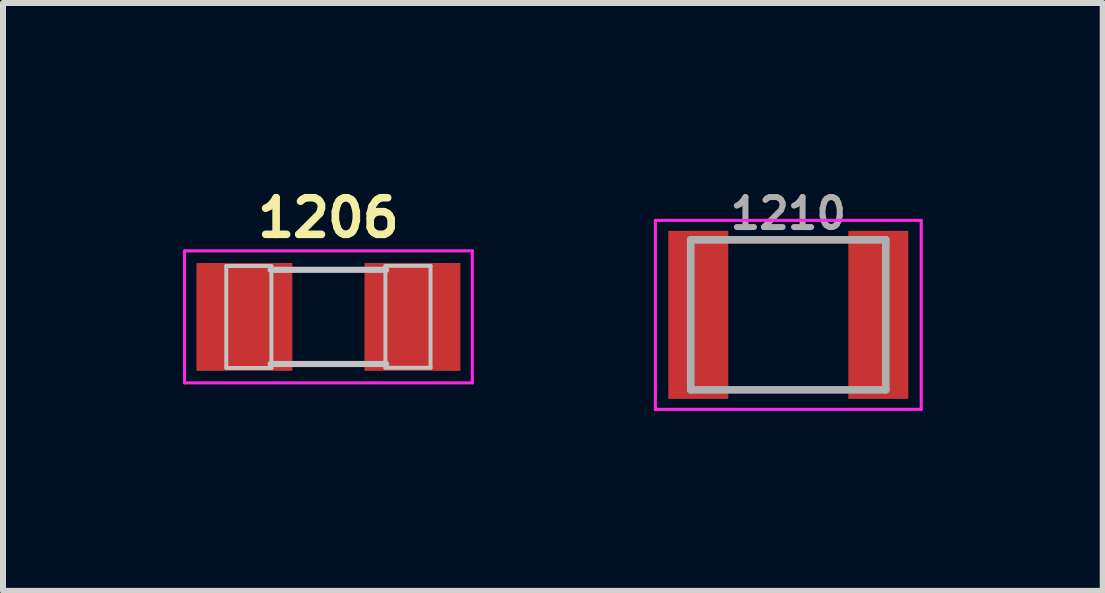
<source format=kicad_pcb>
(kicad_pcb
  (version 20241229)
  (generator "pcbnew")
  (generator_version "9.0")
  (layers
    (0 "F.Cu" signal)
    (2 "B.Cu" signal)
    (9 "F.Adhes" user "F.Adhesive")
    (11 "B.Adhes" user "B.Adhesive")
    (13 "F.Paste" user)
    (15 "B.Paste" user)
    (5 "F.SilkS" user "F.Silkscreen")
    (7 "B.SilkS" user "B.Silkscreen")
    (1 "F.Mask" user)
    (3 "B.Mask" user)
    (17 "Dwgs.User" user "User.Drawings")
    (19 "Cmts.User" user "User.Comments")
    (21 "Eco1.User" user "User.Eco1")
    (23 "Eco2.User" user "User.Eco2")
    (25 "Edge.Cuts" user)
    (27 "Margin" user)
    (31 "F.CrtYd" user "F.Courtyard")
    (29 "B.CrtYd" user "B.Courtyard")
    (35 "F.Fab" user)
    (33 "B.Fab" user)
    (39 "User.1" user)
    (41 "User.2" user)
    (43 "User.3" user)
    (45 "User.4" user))
  (footprint "1206"
    (layer "F.Cu")
    (at 2.423 2.231)
    (property "Reference" "1206" (at 0 -1.651 0) (layer "F.SilkS") (effects (font (size 0.61 0.61) (thickness 0.127))))
    (attr smd)
    (fp_line (start -1.702 -0.848) (end -0.95 -0.848) (stroke (width 0.066) (type solid)) (layer "Dwgs.User"))
    (fp_line (start -1.702 0.851) (end -1.702 -0.848) (stroke (width 0.066) (type solid)) (layer "Dwgs.User"))
    (fp_line (start -1.702 0.851) (end -0.95 0.851) (stroke (width 0.066) (type solid)) (layer "Dwgs.User"))
    (fp_line (start -0.963 -0.785) (end 0.963 -0.785) (stroke (width 0.102) (type solid)) (layer "Dwgs.User"))
    (fp_line (start -0.963 0.785) (end 0.963 0.785) (stroke (width 0.102) (type solid)) (layer "Dwgs.User"))
    (fp_line (start -0.95 0.851) (end -0.95 -0.848) (stroke (width 0.066) (type solid)) (layer "Dwgs.User"))
    (fp_line (start 0.95 -0.851) (end 1.702 -0.851) (stroke (width 0.066) (type solid)) (layer "Dwgs.User"))
    (fp_line (start 0.95 0.848) (end 0.95 -0.851) (stroke (width 0.066) (type solid)) (layer "Dwgs.User"))
    (fp_line (start 0.95 0.848) (end 1.702 0.848) (stroke (width 0.066) (type solid)) (layer "Dwgs.User"))
    (fp_line (start 1.702 0.848) (end 1.702 -0.851) (stroke (width 0.066) (type solid)) (layer "Dwgs.User"))
    (fp_line (start -2.398 -1.1) (end 2.398 -1.1) (stroke (width 0.051) (type solid)) (layer "F.CrtYd"))
    (fp_line (start -2.398 1.1) (end -2.398 -1.1) (stroke (width 0.051) (type solid)) (layer "F.CrtYd"))
    (fp_line (start 2.398 -1.1) (end 2.398 1.1) (stroke (width 0.051) (type solid)) (layer "F.CrtYd"))
    (fp_line (start 2.398 1.1) (end -2.398 1.1) (stroke (width 0.051) (type solid)) (layer "F.CrtYd"))
    (pad "1" smd rect (at -1.4 0) (size 1.598 1.798) (layers "F.Cu" "F.Mask" "F.Paste"))
    (pad "2" smd rect (at 1.4 0) (size 1.598 1.798) (layers "F.Cu" "F.Mask" "F.Paste")))
  (footprint "1210"
    (layer "F.Cu")
    (at 10.087 2.197)
    (property "Reference" "1210" (at 0 -1.397 0) (layer "F.Fab") (effects (font (size 0.5 0.5) (thickness 0.1) (bold yes)) (justify bottom)))
    (fp_line (start -2.215 -1.575) (end 2.215 -1.575) (stroke (width 0.051) (type solid)) (layer "F.CrtYd"))
    (fp_line (start -2.215 1.575) (end -2.215 -1.575) (stroke (width 0.051) (type solid)) (layer "F.CrtYd"))
    (fp_line (start 2.215 -1.575) (end 2.215 1.575) (stroke (width 0.051) (type solid)) (layer "F.CrtYd"))
    (fp_line (start 2.215 1.575) (end -2.215 1.575) (stroke (width 0.051) (type solid)) (layer "F.CrtYd"))
    (fp_line (start -1.625 -1.25) (end 1.625 -1.25) (stroke (width 0.127) (type solid)) (layer "F.Fab"))
    (fp_line (start -1.625 1.25) (end -1.625 -1.25) (stroke (width 0.127) (type solid)) (layer "F.Fab"))
    (fp_line (start 1.625 1.25) (end -1.625 1.25) (stroke (width 0.127) (type solid)) (layer "F.Fab"))
    (fp_line (start 1.625 -1.25) (end 1.625 1.25) (stroke (width 0.127) (type solid)) (layer "F.Fab"))
    (pad "1" smd rect (at -1.5 0) (size 1 2.8) (layers "F.Cu" "F.Mask" "F.Paste"))
    (pad "2" smd rect (at 1.5 0) (size 1 2.8) (layers "F.Cu" "F.Mask" "F.Paste")))
  (gr_rect
    (start -3 -3)
    (end 15.327 6.797)
    (stroke (width 0.1) (type default))
    (fill no)
    (layer "Edge.Cuts")))
</source>
